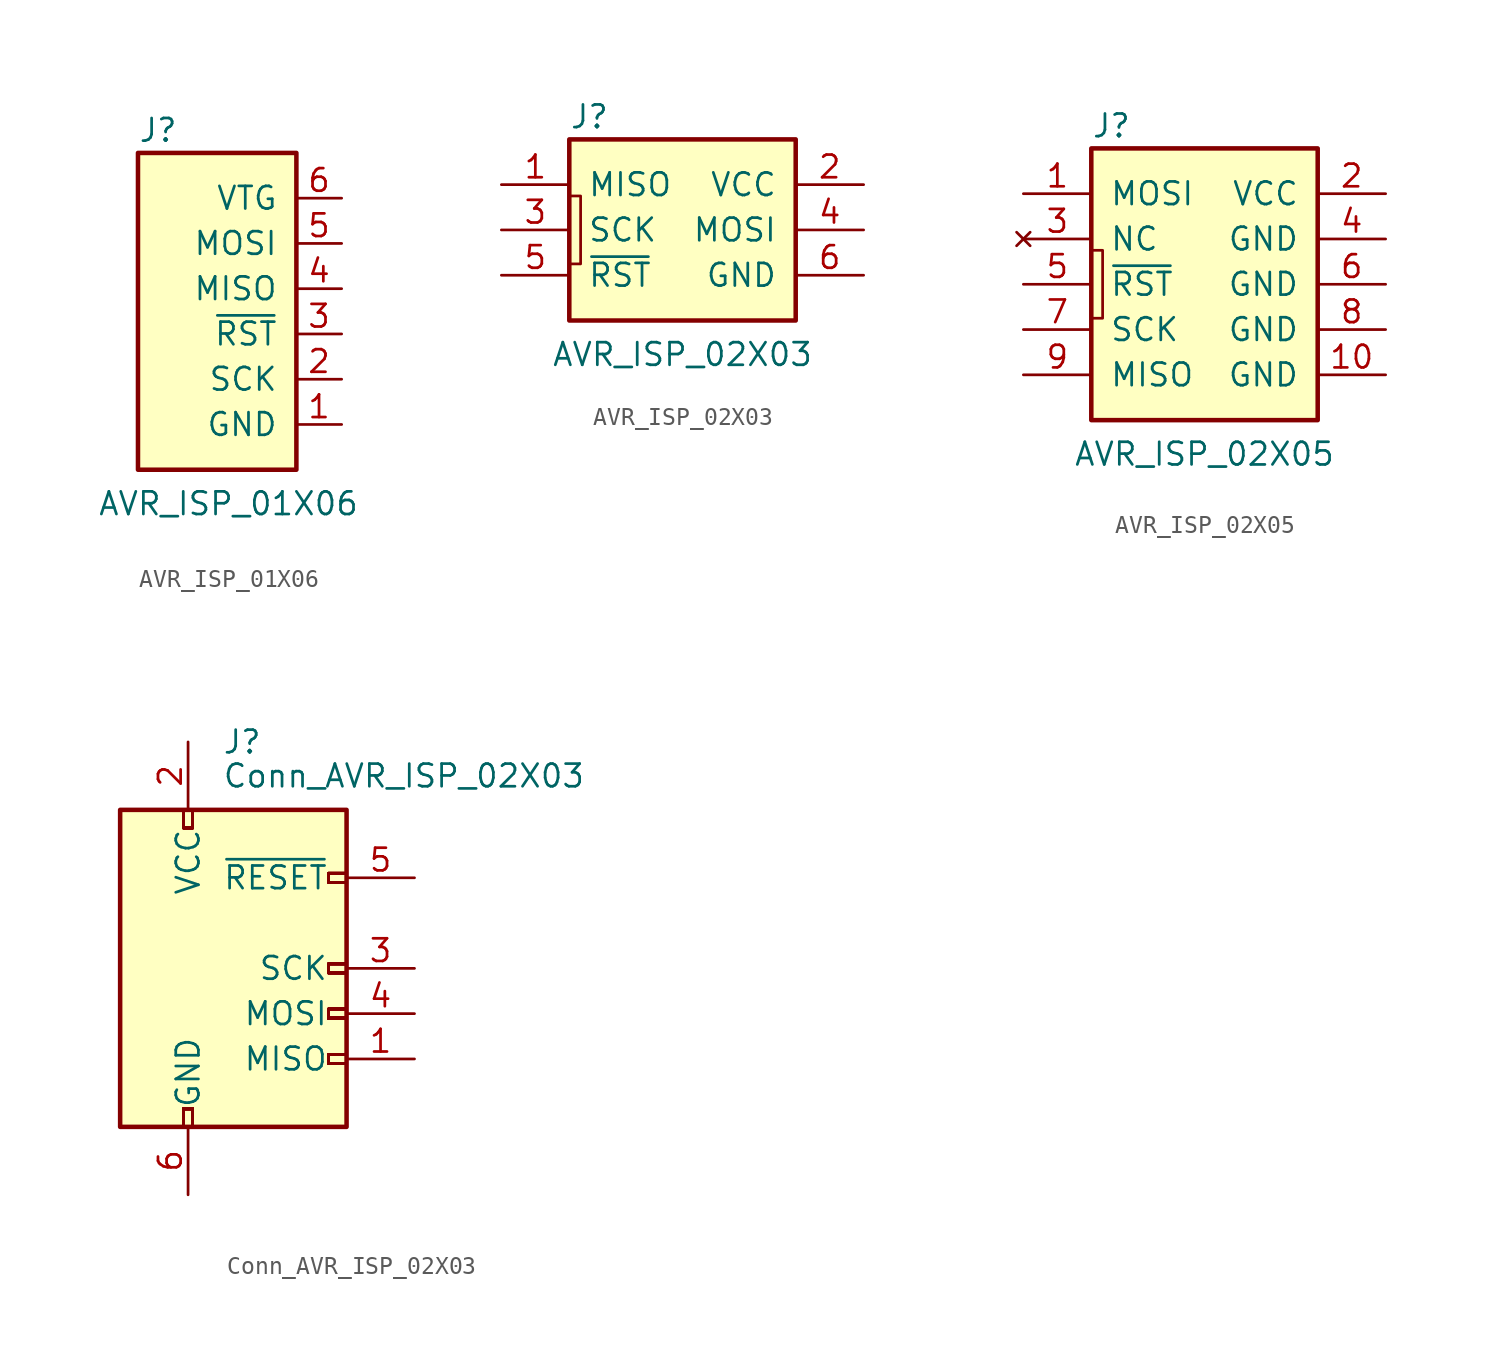
<source format=kicad_sym>
(kicad_symbol_lib
  (version 20201005)
  (generator kicad_symbol_editor)
  (symbol "KLIB_Connector_Prog:AVR_ISP_01X06"
    (pin_names
      (offset 1.016))
    (property "Reference" "J"
      (at -6.35 8.89 0)
      (effects (font (size 1.27 1.27)) (justify left)))
    (property "Value" "AVR_ISP_01X06"
      (at -1.27 -12.065 0)
      (effects (font (size 1.27 1.27))))
    (symbol "AVR_ISP_01X06_0_1"
      (rectangle (start 2.54 -10.16) (end -6.35 7.62) (stroke (width 0.254)) (fill (type background))))
    (symbol "AVR_ISP_01X06_1_1"
      (pin power_in line (at 5.08 -7.62 180) (length 2.54) (name "GND" (effects (font (size 1.27 1.27)))) (number "1" (effects (font (size 1.27 1.27)))))
      (pin output line (at 5.08 -5.08 180) (length 2.54) (name "SCK" (effects (font (size 1.27 1.27)))) (number "2" (effects (font (size 1.27 1.27)))))
      (pin output line (at 5.08 -2.54 180) (length 2.54) (name "~RST" (effects (font (size 1.27 1.27)))) (number "3" (effects (font (size 1.27 1.27)))))
      (pin input line (at 5.08 0 180) (length 2.54) (name "MISO" (effects (font (size 1.27 1.27)))) (number "4" (effects (font (size 1.27 1.27)))))
      (pin output line (at 5.08 2.54 180) (length 2.54) (name "MOSI" (effects (font (size 1.27 1.27)))) (number "5" (effects (font (size 1.27 1.27)))))
      (pin power_in line (at 5.08 5.08 180) (length 2.54) (name "VTG" (effects (font (size 1.27 1.27)))) (number "6" (effects (font (size 1.27 1.27)))))))
  (symbol "KLIB_Connector_Prog:AVR_ISP_02X03"
    (pin_names
      (offset 1.016))
    (property "Reference" "J"
      (at -6.35 6.35 0)
      (effects (font (size 1.27 1.27)) (justify left)))
    (property "Value" "AVR_ISP_02X03"
      (at 0 -6.985 0)
      (effects (font (size 1.27 1.27))))
    (symbol "AVR_ISP_02X03_0_1"
      (rectangle (start -6.35 5.08) (end 6.35 -5.08) (stroke (width 0.254)) (fill (type background)))
      (polyline (pts (xy -6.35 -1.905) (xy -5.715 -1.905) (xy -5.715 1.905) (xy -6.35 1.905)) (stroke (width 0)) (fill (type none))))
    (symbol "AVR_ISP_02X03_1_1"
      (pin input line (at -10.16 2.54 0) (length 3.81) (name "MISO" (effects (font (size 1.27 1.27)))) (number "1" (effects (font (size 1.27 1.27)))))
      (pin passive line (at 10.16 2.54 180) (length 3.81) (name "VCC" (effects (font (size 1.27 1.27)))) (number "2" (effects (font (size 1.27 1.27)))))
      (pin output line (at -10.16 0 0) (length 3.81) (name "SCK" (effects (font (size 1.27 1.27)))) (number "3" (effects (font (size 1.27 1.27)))))
      (pin output line (at 10.16 0 180) (length 3.81) (name "MOSI" (effects (font (size 1.27 1.27)))) (number "4" (effects (font (size 1.27 1.27)))))
      (pin output line (at -10.16 -2.54 0) (length 3.81) (name "~RST" (effects (font (size 1.27 1.27)))) (number "5" (effects (font (size 1.27 1.27)))))
      (pin power_in line (at 10.16 -2.54 180) (length 3.81) (name "GND" (effects (font (size 1.27 1.27)))) (number "6" (effects (font (size 1.27 1.27)))))))
  (symbol "KLIB_Connector_Prog:AVR_ISP_02X05"
    (pin_names
      (offset 1.016))
    (property "Reference" "J"
      (at -6.35 8.89 0)
      (effects (font (size 1.27 1.27)) (justify left)))
    (property "Value" "AVR_ISP_02X05"
      (at 0 -9.525 0)
      (effects (font (size 1.27 1.27))))
    (symbol "AVR_ISP_02X05_0_1"
      (rectangle (start -6.35 7.62) (end 6.35 -7.62) (stroke (width 0.254)) (fill (type background)))
      (polyline (pts (xy -6.35 -1.905) (xy -5.715 -1.905) (xy -5.715 1.905) (xy -6.35 1.905)) (stroke (width 0)) (fill (type none))))
    (symbol "AVR_ISP_02X05_1_1"
      (pin output line (at -10.16 5.08 0) (length 3.81) (name "MOSI" (effects (font (size 1.27 1.27)))) (number "1" (effects (font (size 1.27 1.27)))))
      (pin power_in line (at 10.16 -5.08 180) (length 3.81) (name "GND" (effects (font (size 1.27 1.27)))) (number "10" (effects (font (size 1.27 1.27)))))
      (pin passive line (at 10.16 5.08 180) (length 3.81) (name "VCC" (effects (font (size 1.27 1.27)))) (number "2" (effects (font (size 1.27 1.27)))))
      (pin unconnected line (at -10.16 2.54 0) (length 3.81) (name "NC" (effects (font (size 1.27 1.27)))) (number "3" (effects (font (size 1.27 1.27)))))
      (pin power_in line (at 10.16 2.54 180) (length 3.81) (name "GND" (effects (font (size 1.27 1.27)))) (number "4" (effects (font (size 1.27 1.27)))))
      (pin output line (at -10.16 0 0) (length 3.81) (name "~RST" (effects (font (size 1.27 1.27)))) (number "5" (effects (font (size 1.27 1.27)))))
      (pin power_in line (at 10.16 0 180) (length 3.81) (name "GND" (effects (font (size 1.27 1.27)))) (number "6" (effects (font (size 1.27 1.27)))))
      (pin output line (at -10.16 -2.54 0) (length 3.81) (name "SCK" (effects (font (size 1.27 1.27)))) (number "7" (effects (font (size 1.27 1.27)))))
      (pin power_in line (at 10.16 -2.54 180) (length 3.81) (name "GND" (effects (font (size 1.27 1.27)))) (number "8" (effects (font (size 1.27 1.27)))))
      (pin input line (at -10.16 -5.08 0) (length 3.81) (name "MISO" (effects (font (size 1.27 1.27)))) (number "9" (effects (font (size 1.27 1.27)))))))
  (symbol "KLIB_Connector_Prog:Conn_AVR_ISP_02X03"
    (pin_names
      (offset 1.016))
    (property "Reference" "J"
      (at 1.905 12.7 0)
      (effects (font (size 1.27 1.27)) (justify left)))
    (property "Value" "Conn_AVR_ISP_02X03"
      (at 1.905 10.795 0)
      (effects (font (size 1.27 1.27)) (justify left)))
    (symbol "Conn_AVR_ISP_02X03_0_1"
      (rectangle (start -3.81 8.89) (end 8.89 -8.89) (stroke (width 0.254)) (fill (type background)))
      (polyline (pts (xy -0.254 8.89) (xy -0.254 7.874) (xy 0.254 7.874) (xy 0.254 8.89)) (stroke (width 0)) (fill (type none)))
      (polyline (pts (xy -0.254 8.89) (xy -0.254 7.874) (xy 0.254 7.874) (xy 0.254 8.89)) (stroke (width 0)) (fill (type none)))
      (polyline (pts (xy -0.254 8.89) (xy -0.254 7.874) (xy 0.254 7.874) (xy 0.254 8.89)) (stroke (width 0)) (fill (type none)))
      (polyline (pts (xy -0.254 8.89) (xy -0.254 7.874) (xy 0.254 7.874) (xy 0.254 8.89)) (stroke (width 0)) (fill (type none)))
      (polyline (pts (xy -0.254 8.89) (xy -0.254 7.874) (xy 0.254 7.874) (xy 0.254 8.89)) (stroke (width 0)) (fill (type none)))
      (polyline (pts (xy -0.254 8.89) (xy -0.254 7.874) (xy 0.254 7.874) (xy 0.254 8.89)) (stroke (width 0)) (fill (type none)))
      (polyline (pts (xy -0.254 8.89) (xy -0.254 7.874) (xy 0.254 7.874) (xy 0.254 8.89)) (stroke (width 0)) (fill (type none)))
      (polyline (pts (xy -0.254 8.89) (xy -0.254 7.874) (xy 0.254 7.874) (xy 0.254 8.89)) (stroke (width 0)) (fill (type none)))
      (polyline (pts (xy -0.254 8.89) (xy -0.254 7.874) (xy 0.254 7.874) (xy 0.254 8.89)) (stroke (width 0)) (fill (type none)))
      (polyline (pts (xy -0.254 8.89) (xy -0.254 7.874) (xy 0.254 7.874) (xy 0.254 8.89)) (stroke (width 0)) (fill (type none)))
      (polyline (pts (xy -0.254 8.89) (xy -0.254 7.874) (xy 0.254 7.874) (xy 0.254 8.89)) (stroke (width 0)) (fill (type none)))
      (polyline (pts (xy 0.254 -8.89) (xy 0.254 -7.874) (xy -0.254 -7.874) (xy -0.254 -8.89)) (stroke (width 0)) (fill (type none)))
      (polyline (pts (xy 0.254 -8.89) (xy 0.254 -7.874) (xy -0.254 -7.874) (xy -0.254 -8.89)) (stroke (width 0)) (fill (type none)))
      (polyline (pts (xy 0.254 -8.89) (xy 0.254 -7.874) (xy -0.254 -7.874) (xy -0.254 -8.89)) (stroke (width 0)) (fill (type none)))
      (polyline (pts (xy 0.254 -8.89) (xy 0.254 -7.874) (xy -0.254 -7.874) (xy -0.254 -8.89)) (stroke (width 0)) (fill (type none)))
      (polyline (pts (xy 0.254 -8.89) (xy 0.254 -7.874) (xy -0.254 -7.874) (xy -0.254 -8.89)) (stroke (width 0)) (fill (type none)))
      (polyline (pts (xy 0.254 -8.89) (xy 0.254 -7.874) (xy -0.254 -7.874) (xy -0.254 -8.89)) (stroke (width 0)) (fill (type none)))
      (polyline (pts (xy 0.254 -8.89) (xy 0.254 -7.874) (xy -0.254 -7.874) (xy -0.254 -8.89)) (stroke (width 0)) (fill (type none)))
      (polyline (pts (xy 0.254 -8.89) (xy 0.254 -7.874) (xy -0.254 -7.874) (xy -0.254 -8.89)) (stroke (width 0)) (fill (type none)))
      (polyline (pts (xy 0.254 -8.89) (xy 0.254 -7.874) (xy -0.254 -7.874) (xy -0.254 -8.89)) (stroke (width 0)) (fill (type none)))
      (polyline (pts (xy 0.254 -8.89) (xy 0.254 -7.874) (xy -0.254 -7.874) (xy -0.254 -8.89)) (stroke (width 0)) (fill (type none)))
      (polyline (pts (xy 0.254 -8.89) (xy 0.254 -7.874) (xy -0.254 -7.874) (xy -0.254 -8.89)) (stroke (width 0)) (fill (type none)))
      (polyline (pts (xy 0.254 -8.89) (xy 0.254 -7.874) (xy -0.254 -7.874) (xy -0.254 -8.89)) (stroke (width 0)) (fill (type none)))
      (polyline (pts (xy 0.254 -8.89) (xy 0.254 -7.874) (xy -0.254 -7.874) (xy -0.254 -8.89)) (stroke (width 0)) (fill (type none)))
      (polyline (pts (xy 0.254 -8.89) (xy 0.254 -7.874) (xy -0.254 -7.874) (xy -0.254 -8.89)) (stroke (width 0)) (fill (type none)))
      (polyline (pts (xy 0.254 -8.89) (xy 0.254 -7.874) (xy -0.254 -7.874) (xy -0.254 -8.89)) (stroke (width 0)) (fill (type none)))
      (polyline (pts (xy 0.254 -8.89) (xy 0.254 -7.874) (xy -0.254 -7.874) (xy -0.254 -8.89)) (stroke (width 0)) (fill (type none)))
      (polyline (pts (xy 0.254 -8.89) (xy 0.254 -7.874) (xy -0.254 -7.874) (xy -0.254 -8.89)) (stroke (width 0)) (fill (type none)))
      (polyline (pts (xy 0.254 -8.89) (xy 0.254 -7.874) (xy -0.254 -7.874) (xy -0.254 -8.89)) (stroke (width 0)) (fill (type none)))
      (polyline (pts (xy 0.254 -8.89) (xy 0.254 -7.874) (xy -0.254 -7.874) (xy -0.254 -8.89)) (stroke (width 0)) (fill (type none)))
      (polyline (pts (xy 0.254 -8.89) (xy 0.254 -7.874) (xy -0.254 -7.874) (xy -0.254 -8.89)) (stroke (width 0)) (fill (type none)))
      (polyline (pts (xy 0.254 -8.89) (xy 0.254 -7.874) (xy -0.254 -7.874) (xy -0.254 -8.89)) (stroke (width 0)) (fill (type none)))
      (polyline (pts (xy 8.89 -4.826) (xy 7.874 -4.826) (xy 7.874 -5.334) (xy 8.89 -5.334)) (stroke (width 0)) (fill (type none)))
      (polyline (pts (xy 8.89 -4.826) (xy 7.874 -4.826) (xy 7.874 -5.334) (xy 8.89 -5.334)) (stroke (width 0)) (fill (type none)))
      (polyline (pts (xy 8.89 -4.826) (xy 7.874 -4.826) (xy 7.874 -5.334) (xy 8.89 -5.334)) (stroke (width 0)) (fill (type none)))
      (polyline (pts (xy 8.89 -4.826) (xy 7.874 -4.826) (xy 7.874 -5.334) (xy 8.89 -5.334)) (stroke (width 0)) (fill (type none)))
      (polyline (pts (xy 8.89 -4.826) (xy 7.874 -4.826) (xy 7.874 -5.334) (xy 8.89 -5.334)) (stroke (width 0)) (fill (type none)))
      (polyline (pts (xy 8.89 -4.826) (xy 7.874 -4.826) (xy 7.874 -5.334) (xy 8.89 -5.334)) (stroke (width 0)) (fill (type none)))
      (polyline (pts (xy 8.89 -4.826) (xy 7.874 -4.826) (xy 7.874 -5.334) (xy 8.89 -5.334)) (stroke (width 0)) (fill (type none)))
      (polyline (pts (xy 8.89 -4.826) (xy 7.874 -4.826) (xy 7.874 -5.334) (xy 8.89 -5.334)) (stroke (width 0)) (fill (type none)))
      (polyline (pts (xy 8.89 -4.826) (xy 7.874 -4.826) (xy 7.874 -5.334) (xy 8.89 -5.334)) (stroke (width 0)) (fill (type none)))
      (polyline (pts (xy 8.89 -4.826) (xy 7.874 -4.826) (xy 7.874 -5.334) (xy 8.89 -5.334)) (stroke (width 0)) (fill (type none)))
      (polyline (pts (xy 8.89 -4.826) (xy 7.874 -4.826) (xy 7.874 -5.334) (xy 8.89 -5.334)) (stroke (width 0)) (fill (type none)))
      (polyline (pts (xy 8.89 -4.826) (xy 7.874 -4.826) (xy 7.874 -5.334) (xy 8.89 -5.334)) (stroke (width 0)) (fill (type none)))
      (polyline (pts (xy 8.89 -4.826) (xy 7.874 -4.826) (xy 7.874 -5.334) (xy 8.89 -5.334)) (stroke (width 0)) (fill (type none)))
      (polyline (pts (xy 8.89 -4.826) (xy 7.874 -4.826) (xy 7.874 -5.334) (xy 8.89 -5.334)) (stroke (width 0)) (fill (type none)))
      (polyline (pts (xy 8.89 -4.826) (xy 7.874 -4.826) (xy 7.874 -5.334) (xy 8.89 -5.334)) (stroke (width 0)) (fill (type none)))
      (polyline (pts (xy 8.89 -4.826) (xy 7.874 -4.826) (xy 7.874 -5.334) (xy 8.89 -5.334)) (stroke (width 0)) (fill (type none)))
      (polyline (pts (xy 8.89 -4.826) (xy 7.874 -4.826) (xy 7.874 -5.334) (xy 8.89 -5.334)) (stroke (width 0)) (fill (type none)))
      (polyline (pts (xy 8.89 -4.826) (xy 7.874 -4.826) (xy 7.874 -5.334) (xy 8.89 -5.334)) (stroke (width 0)) (fill (type none)))
      (polyline (pts (xy 8.89 -4.826) (xy 7.874 -4.826) (xy 7.874 -5.334) (xy 8.89 -5.334)) (stroke (width 0)) (fill (type none)))
      (polyline (pts (xy 8.89 -4.826) (xy 7.874 -4.826) (xy 7.874 -5.334) (xy 8.89 -5.334)) (stroke (width 0)) (fill (type none)))
      (polyline (pts (xy 8.89 -4.826) (xy 7.874 -4.826) (xy 7.874 -5.334) (xy 8.89 -5.334)) (stroke (width 0)) (fill (type none)))
      (polyline (pts (xy 8.89 -2.286) (xy 7.874 -2.286) (xy 7.874 -2.794) (xy 8.89 -2.794)) (stroke (width 0)) (fill (type none)))
      (polyline (pts (xy 8.89 -2.286) (xy 7.874 -2.286) (xy 7.874 -2.794) (xy 8.89 -2.794)) (stroke (width 0)) (fill (type none)))
      (polyline (pts (xy 8.89 -2.286) (xy 7.874 -2.286) (xy 7.874 -2.794) (xy 8.89 -2.794)) (stroke (width 0)) (fill (type none)))
      (polyline (pts (xy 8.89 -2.286) (xy 7.874 -2.286) (xy 7.874 -2.794) (xy 8.89 -2.794)) (stroke (width 0)) (fill (type none)))
      (polyline (pts (xy 8.89 -2.286) (xy 7.874 -2.286) (xy 7.874 -2.794) (xy 8.89 -2.794)) (stroke (width 0)) (fill (type none)))
      (polyline (pts (xy 8.89 -2.286) (xy 7.874 -2.286) (xy 7.874 -2.794) (xy 8.89 -2.794)) (stroke (width 0)) (fill (type none)))
      (polyline (pts (xy 8.89 -2.286) (xy 7.874 -2.286) (xy 7.874 -2.794) (xy 8.89 -2.794)) (stroke (width 0)) (fill (type none)))
      (polyline (pts (xy 8.89 -2.286) (xy 7.874 -2.286) (xy 7.874 -2.794) (xy 8.89 -2.794)) (stroke (width 0)) (fill (type none)))
      (polyline (pts (xy 8.89 -2.286) (xy 7.874 -2.286) (xy 7.874 -2.794) (xy 8.89 -2.794)) (stroke (width 0)) (fill (type none)))
      (polyline (pts (xy 8.89 -2.286) (xy 7.874 -2.286) (xy 7.874 -2.794) (xy 8.89 -2.794)) (stroke (width 0)) (fill (type none)))
      (polyline (pts (xy 8.89 -2.286) (xy 7.874 -2.286) (xy 7.874 -2.794) (xy 8.89 -2.794)) (stroke (width 0)) (fill (type none)))
      (polyline (pts (xy 8.89 -2.286) (xy 7.874 -2.286) (xy 7.874 -2.794) (xy 8.89 -2.794)) (stroke (width 0)) (fill (type none)))
      (polyline (pts (xy 8.89 -2.286) (xy 7.874 -2.286) (xy 7.874 -2.794) (xy 8.89 -2.794)) (stroke (width 0)) (fill (type none)))
      (polyline (pts (xy 8.89 -2.286) (xy 7.874 -2.286) (xy 7.874 -2.794) (xy 8.89 -2.794)) (stroke (width 0)) (fill (type none)))
      (polyline (pts (xy 8.89 -2.286) (xy 7.874 -2.286) (xy 7.874 -2.794) (xy 8.89 -2.794)) (stroke (width 0)) (fill (type none)))
      (polyline (pts (xy 8.89 -2.286) (xy 7.874 -2.286) (xy 7.874 -2.794) (xy 8.89 -2.794)) (stroke (width 0)) (fill (type none)))
      (polyline (pts (xy 8.89 -2.286) (xy 7.874 -2.286) (xy 7.874 -2.794) (xy 8.89 -2.794)) (stroke (width 0)) (fill (type none)))
      (polyline (pts (xy 8.89 -2.286) (xy 7.874 -2.286) (xy 7.874 -2.794) (xy 8.89 -2.794)) (stroke (width 0)) (fill (type none)))
      (polyline (pts (xy 8.89 -2.286) (xy 7.874 -2.286) (xy 7.874 -2.794) (xy 8.89 -2.794)) (stroke (width 0)) (fill (type none)))
      (polyline (pts (xy 8.89 -2.286) (xy 7.874 -2.286) (xy 7.874 -2.794) (xy 8.89 -2.794)) (stroke (width 0)) (fill (type none)))
      (polyline (pts (xy 8.89 -2.286) (xy 7.874 -2.286) (xy 7.874 -2.794) (xy 8.89 -2.794)) (stroke (width 0)) (fill (type none)))
      (polyline (pts (xy 8.89 0.254) (xy 7.874 0.254) (xy 7.874 -0.254) (xy 8.89 -0.254)) (stroke (width 0)) (fill (type none)))
      (polyline (pts (xy 8.89 0.254) (xy 7.874 0.254) (xy 7.874 -0.254) (xy 8.89 -0.254)) (stroke (width 0)) (fill (type none)))
      (polyline (pts (xy 8.89 0.254) (xy 7.874 0.254) (xy 7.874 -0.254) (xy 8.89 -0.254)) (stroke (width 0)) (fill (type none)))
      (polyline (pts (xy 8.89 0.254) (xy 7.874 0.254) (xy 7.874 -0.254) (xy 8.89 -0.254)) (stroke (width 0)) (fill (type none)))
      (polyline (pts (xy 8.89 0.254) (xy 7.874 0.254) (xy 7.874 -0.254) (xy 8.89 -0.254)) (stroke (width 0)) (fill (type none)))
      (polyline (pts (xy 8.89 0.254) (xy 7.874 0.254) (xy 7.874 -0.254) (xy 8.89 -0.254)) (stroke (width 0)) (fill (type none)))
      (polyline (pts (xy 8.89 0.254) (xy 7.874 0.254) (xy 7.874 -0.254) (xy 8.89 -0.254)) (stroke (width 0)) (fill (type none)))
      (polyline (pts (xy 8.89 0.254) (xy 7.874 0.254) (xy 7.874 -0.254) (xy 8.89 -0.254)) (stroke (width 0)) (fill (type none)))
      (polyline (pts (xy 8.89 0.254) (xy 7.874 0.254) (xy 7.874 -0.254) (xy 8.89 -0.254)) (stroke (width 0)) (fill (type none)))
      (polyline (pts (xy 8.89 0.254) (xy 7.874 0.254) (xy 7.874 -0.254) (xy 8.89 -0.254)) (stroke (width 0)) (fill (type none)))
      (polyline (pts (xy 8.89 0.254) (xy 7.874 0.254) (xy 7.874 -0.254) (xy 8.89 -0.254)) (stroke (width 0)) (fill (type none)))
      (polyline (pts (xy 8.89 5.334) (xy 7.874 5.334) (xy 7.874 4.826) (xy 8.89 4.826)) (stroke (width 0)) (fill (type none)))
      (polyline (pts (xy 8.89 5.334) (xy 7.874 5.334) (xy 7.874 4.826) (xy 8.89 4.826)) (stroke (width 0)) (fill (type none)))
      (polyline (pts (xy 8.89 5.334) (xy 7.874 5.334) (xy 7.874 4.826) (xy 8.89 4.826)) (stroke (width 0)) (fill (type none)))
      (polyline (pts (xy 8.89 5.334) (xy 7.874 5.334) (xy 7.874 4.826) (xy 8.89 4.826)) (stroke (width 0)) (fill (type none)))
      (polyline (pts (xy 8.89 5.334) (xy 7.874 5.334) (xy 7.874 4.826) (xy 8.89 4.826)) (stroke (width 0)) (fill (type none)))
      (polyline (pts (xy 8.89 5.334) (xy 7.874 5.334) (xy 7.874 4.826) (xy 8.89 4.826)) (stroke (width 0)) (fill (type none)))
      (polyline (pts (xy 8.89 5.334) (xy 7.874 5.334) (xy 7.874 4.826) (xy 8.89 4.826)) (stroke (width 0)) (fill (type none)))
      (polyline (pts (xy 8.89 5.334) (xy 7.874 5.334) (xy 7.874 4.826) (xy 8.89 4.826)) (stroke (width 0)) (fill (type none)))
      (polyline (pts (xy 8.89 5.334) (xy 7.874 5.334) (xy 7.874 4.826) (xy 8.89 4.826)) (stroke (width 0)) (fill (type none)))
      (polyline (pts (xy 8.89 5.334) (xy 7.874 5.334) (xy 7.874 4.826) (xy 8.89 4.826)) (stroke (width 0)) (fill (type none)))
      (polyline (pts (xy 8.89 5.334) (xy 7.874 5.334) (xy 7.874 4.826) (xy 8.89 4.826)) (stroke (width 0)) (fill (type none))))
    (symbol "Conn_AVR_ISP_02X03_1_1"
      (pin input line (at 12.7 -5.08 180) (length 3.81) (name "MISO" (effects (font (size 1.27 1.27)))) (number "1" (effects (font (size 1.27 1.27)))))
      (pin power_in line (at 0 12.7 270) (length 3.81) (name "VCC" (effects (font (size 1.27 1.27)))) (number "2" (effects (font (size 1.27 1.27)))))
      (pin output line (at 12.7 0 180) (length 3.81) (name "SCK" (effects (font (size 1.27 1.27)))) (number "3" (effects (font (size 1.27 1.27)))))
      (pin output line (at 12.7 -2.54 180) (length 3.81) (name "MOSI" (effects (font (size 1.27 1.27)))) (number "4" (effects (font (size 1.27 1.27)))))
      (pin output line (at 12.7 5.08 180) (length 3.81) (name "~RESET" (effects (font (size 1.27 1.27)))) (number "5" (effects (font (size 1.27 1.27)))))
      (pin power_in line (at 0 -12.7 90) (length 3.81) (name "GND" (effects (font (size 1.27 1.27)))) (number "6" (effects (font (size 1.27 1.27))))))))
</source>
